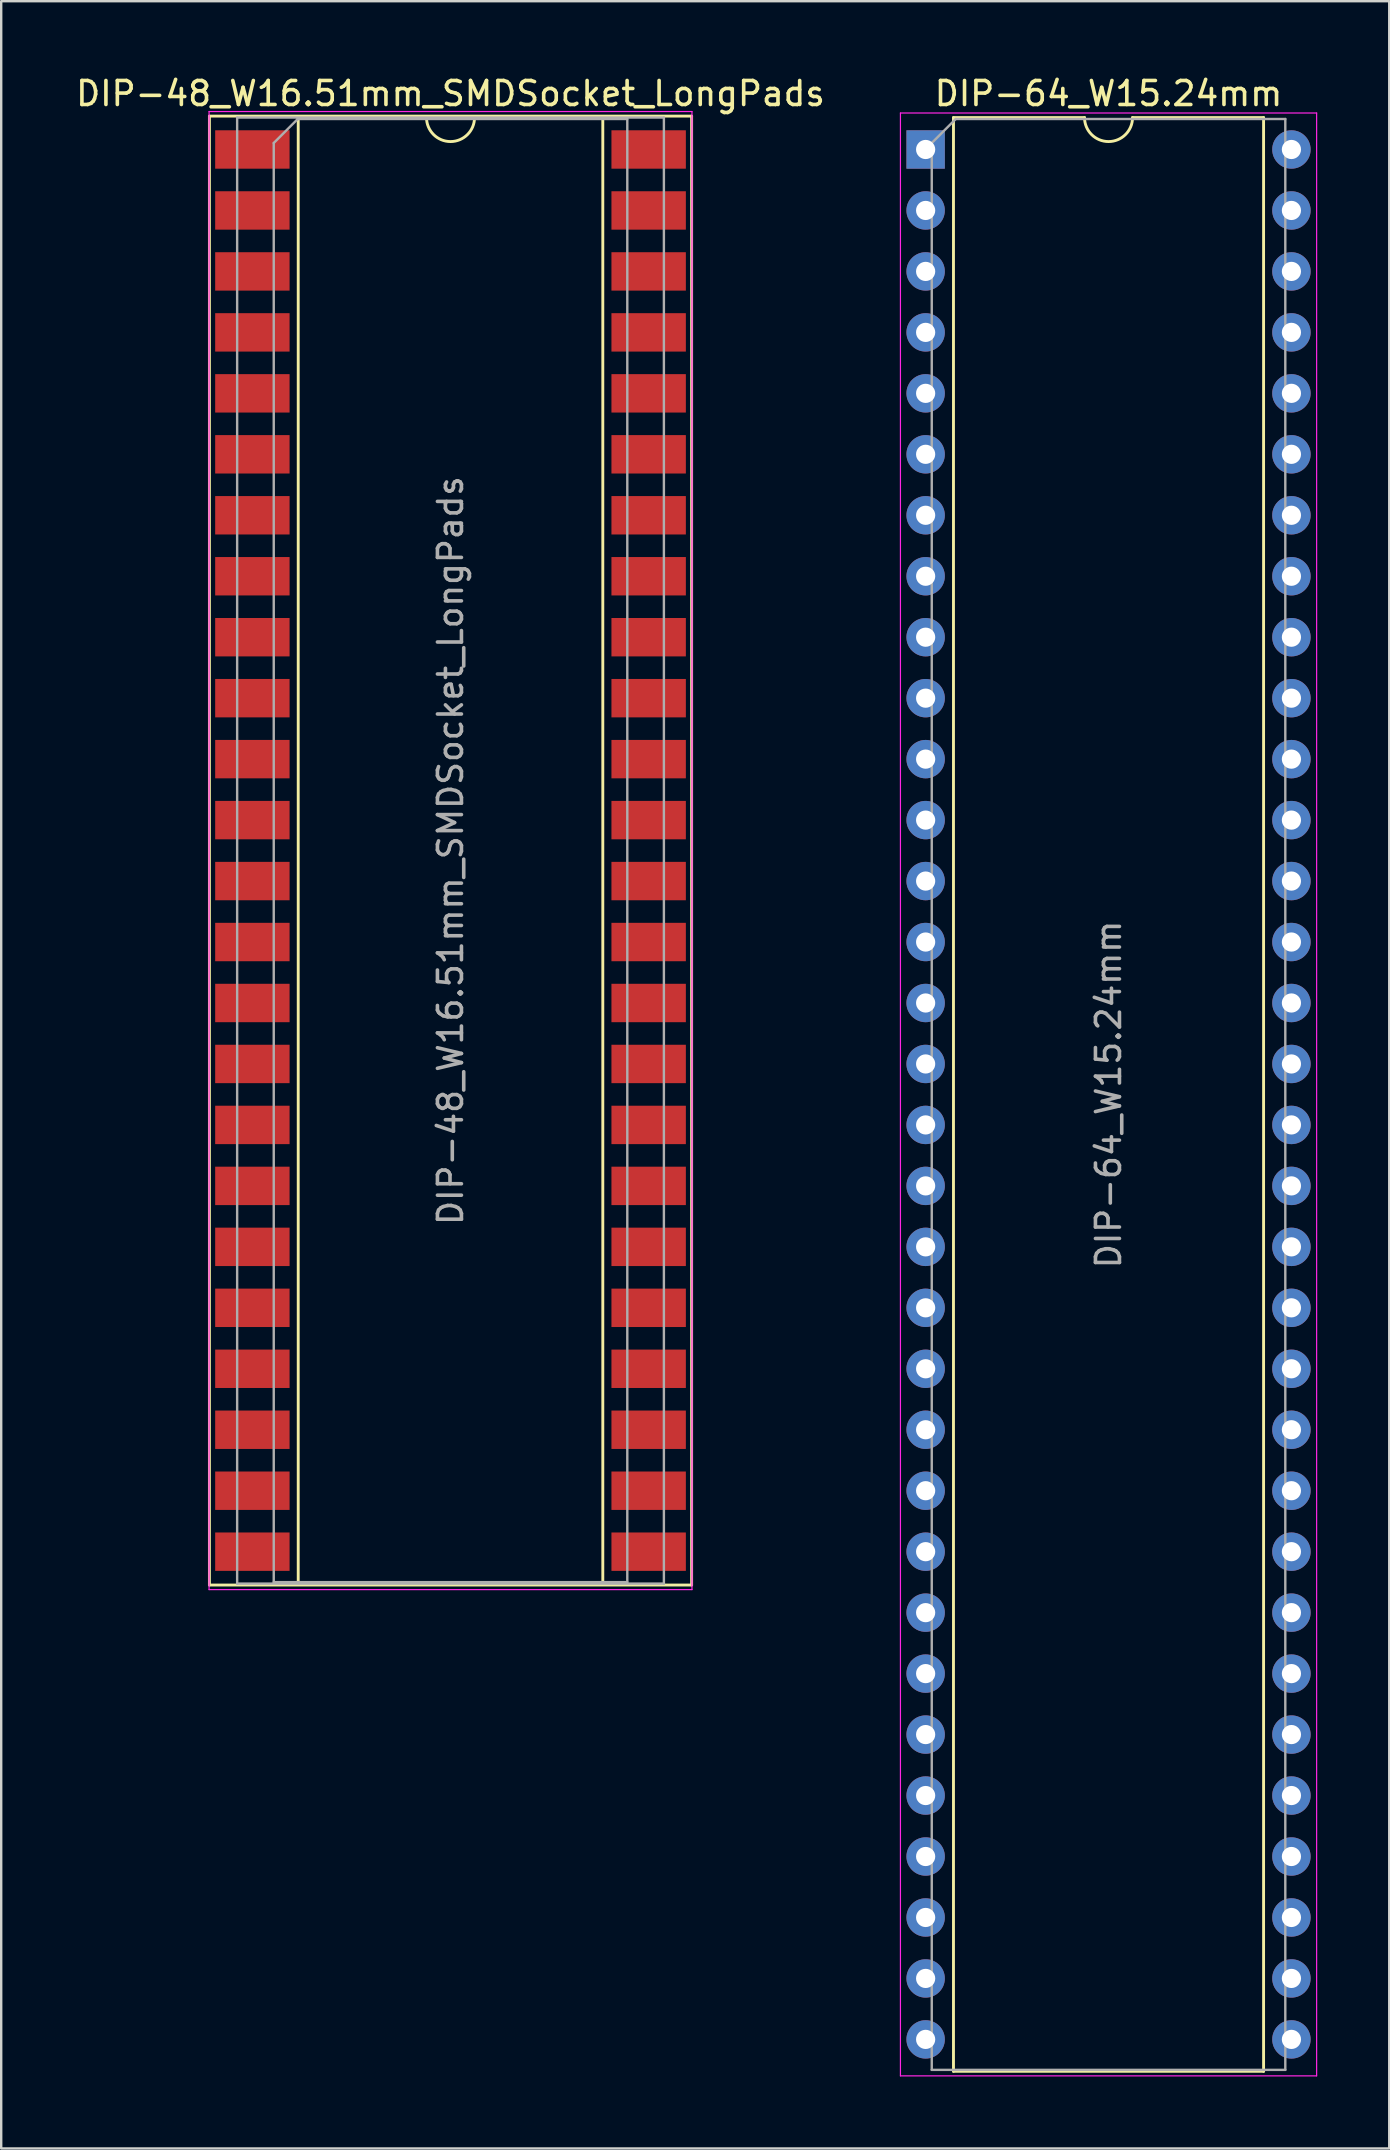
<source format=kicad_pcb>
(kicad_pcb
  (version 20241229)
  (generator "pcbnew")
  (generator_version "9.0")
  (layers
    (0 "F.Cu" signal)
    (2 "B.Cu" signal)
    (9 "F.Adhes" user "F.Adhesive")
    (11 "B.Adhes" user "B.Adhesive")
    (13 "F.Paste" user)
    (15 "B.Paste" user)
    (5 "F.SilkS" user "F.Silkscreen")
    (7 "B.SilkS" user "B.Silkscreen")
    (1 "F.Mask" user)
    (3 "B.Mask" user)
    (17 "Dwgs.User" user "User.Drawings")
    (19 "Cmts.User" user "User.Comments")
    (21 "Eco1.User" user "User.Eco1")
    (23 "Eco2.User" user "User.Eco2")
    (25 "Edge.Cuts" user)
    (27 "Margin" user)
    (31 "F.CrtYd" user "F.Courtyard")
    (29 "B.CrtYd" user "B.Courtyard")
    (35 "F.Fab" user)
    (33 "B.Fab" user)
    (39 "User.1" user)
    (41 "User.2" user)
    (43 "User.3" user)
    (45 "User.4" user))
  (footprint "DIP-64_W15.24mm"
    (layer "F.Cu")
    (at 35.515 3.178)
    (property "Reference" "DIP-64_W15.24mm" (at 7.62 -2.33 0) (layer "F.SilkS") (effects (font (size 1 1) (thickness 0.15))))
    (attr through_hole)
    (fp_line (start 1.16 -1.33) (end 1.16 80.07) (stroke (width 0.12) (type solid)) (layer "F.SilkS"))
    (fp_line (start 1.16 80.07) (end 14.08 80.07) (stroke (width 0.12) (type solid)) (layer "F.SilkS"))
    (fp_line (start 6.62 -1.33) (end 1.16 -1.33) (stroke (width 0.12) (type solid)) (layer "F.SilkS"))
    (fp_line (start 14.08 -1.33) (end 8.62 -1.33) (stroke (width 0.12) (type solid)) (layer "F.SilkS"))
    (fp_line (start 14.08 80.07) (end 14.08 -1.33) (stroke (width 0.12) (type solid)) (layer "F.SilkS"))
    (fp_arc (start 8.62 -1.33) (mid 7.62 -0.33) (end 6.62 -1.33) (stroke (width 0.12) (type solid)) (layer "F.SilkS"))
    (fp_line (start -1.05 -1.52) (end -1.05 80.26) (stroke (width 0.05) (type solid)) (layer "F.CrtYd"))
    (fp_line (start -1.05 80.26) (end 16.29 80.26) (stroke (width 0.05) (type solid)) (layer "F.CrtYd"))
    (fp_line (start 16.29 -1.52) (end -1.05 -1.52) (stroke (width 0.05) (type solid)) (layer "F.CrtYd"))
    (fp_line (start 16.29 80.26) (end 16.29 -1.52) (stroke (width 0.05) (type solid)) (layer "F.CrtYd"))
    (fp_line (start 0.255 -0.27) (end 1.255 -1.27) (stroke (width 0.1) (type solid)) (layer "F.Fab"))
    (fp_line (start 0.255 80.01) (end 0.255 -0.27) (stroke (width 0.1) (type solid)) (layer "F.Fab"))
    (fp_line (start 1.255 -1.27) (end 14.985 -1.27) (stroke (width 0.1) (type solid)) (layer "F.Fab"))
    (fp_line (start 14.985 -1.27) (end 14.985 80.01) (stroke (width 0.1) (type solid)) (layer "F.Fab"))
    (fp_line (start 14.985 80.01) (end 0.255 80.01) (stroke (width 0.1) (type solid)) (layer "F.Fab"))
    (fp_text user "${REFERENCE}" (at 7.62 39.37 90) (layer "F.Fab") (effects (font (size 1 1) (thickness 0.15))))
    (pad "1" thru_hole rect (at 0 0) (size 1.6 1.6) (drill 0.8) (layers "*.Cu" "*.Mask"))
    (pad "2" thru_hole circle (at 0 2.54) (size 1.6 1.6) (drill 0.8) (layers "*.Cu" "*.Mask"))
    (pad "3" thru_hole circle (at 0 5.08) (size 1.6 1.6) (drill 0.8) (layers "*.Cu" "*.Mask"))
    (pad "4" thru_hole circle (at 0 7.62) (size 1.6 1.6) (drill 0.8) (layers "*.Cu" "*.Mask"))
    (pad "5" thru_hole circle (at 0 10.16) (size 1.6 1.6) (drill 0.8) (layers "*.Cu" "*.Mask"))
    (pad "6" thru_hole circle (at 0 12.7) (size 1.6 1.6) (drill 0.8) (layers "*.Cu" "*.Mask"))
    (pad "7" thru_hole circle (at 0 15.24) (size 1.6 1.6) (drill 0.8) (layers "*.Cu" "*.Mask"))
    (pad "8" thru_hole circle (at 0 17.78) (size 1.6 1.6) (drill 0.8) (layers "*.Cu" "*.Mask"))
    (pad "9" thru_hole circle (at 0 20.32) (size 1.6 1.6) (drill 0.8) (layers "*.Cu" "*.Mask"))
    (pad "10" thru_hole circle (at 0 22.86) (size 1.6 1.6) (drill 0.8) (layers "*.Cu" "*.Mask"))
    (pad "11" thru_hole circle (at 0 25.4) (size 1.6 1.6) (drill 0.8) (layers "*.Cu" "*.Mask"))
    (pad "12" thru_hole circle (at 0 27.94) (size 1.6 1.6) (drill 0.8) (layers "*.Cu" "*.Mask"))
    (pad "13" thru_hole circle (at 0 30.48) (size 1.6 1.6) (drill 0.8) (layers "*.Cu" "*.Mask"))
    (pad "14" thru_hole circle (at 0 33.02) (size 1.6 1.6) (drill 0.8) (layers "*.Cu" "*.Mask"))
    (pad "15" thru_hole circle (at 0 35.56) (size 1.6 1.6) (drill 0.8) (layers "*.Cu" "*.Mask"))
    (pad "16" thru_hole circle (at 0 38.1) (size 1.6 1.6) (drill 0.8) (layers "*.Cu" "*.Mask"))
    (pad "17" thru_hole circle (at 0 40.64) (size 1.6 1.6) (drill 0.8) (layers "*.Cu" "*.Mask"))
    (pad "18" thru_hole circle (at 0 43.18) (size 1.6 1.6) (drill 0.8) (layers "*.Cu" "*.Mask"))
    (pad "19" thru_hole circle (at 0 45.72) (size 1.6 1.6) (drill 0.8) (layers "*.Cu" "*.Mask"))
    (pad "20" thru_hole circle (at 0 48.26) (size 1.6 1.6) (drill 0.8) (layers "*.Cu" "*.Mask"))
    (pad "21" thru_hole circle (at 0 50.8) (size 1.6 1.6) (drill 0.8) (layers "*.Cu" "*.Mask"))
    (pad "22" thru_hole circle (at 0 53.34) (size 1.6 1.6) (drill 0.8) (layers "*.Cu" "*.Mask"))
    (pad "23" thru_hole circle (at 0 55.88) (size 1.6 1.6) (drill 0.8) (layers "*.Cu" "*.Mask"))
    (pad "24" thru_hole circle (at 0 58.42) (size 1.6 1.6) (drill 0.8) (layers "*.Cu" "*.Mask"))
    (pad "25" thru_hole circle (at 0 60.96) (size 1.6 1.6) (drill 0.8) (layers "*.Cu" "*.Mask"))
    (pad "26" thru_hole circle (at 0 63.5) (size 1.6 1.6) (drill 0.8) (layers "*.Cu" "*.Mask"))
    (pad "27" thru_hole circle (at 0 66.04) (size 1.6 1.6) (drill 0.8) (layers "*.Cu" "*.Mask"))
    (pad "28" thru_hole circle (at 0 68.58) (size 1.6 1.6) (drill 0.8) (layers "*.Cu" "*.Mask"))
    (pad "29" thru_hole circle (at 0 71.12) (size 1.6 1.6) (drill 0.8) (layers "*.Cu" "*.Mask"))
    (pad "30" thru_hole circle (at 0 73.66) (size 1.6 1.6) (drill 0.8) (layers "*.Cu" "*.Mask"))
    (pad "31" thru_hole circle (at 0 76.2) (size 1.6 1.6) (drill 0.8) (layers "*.Cu" "*.Mask"))
    (pad "32" thru_hole circle (at 0 78.74) (size 1.6 1.6) (drill 0.8) (layers "*.Cu" "*.Mask"))
    (pad "33" thru_hole circle (at 15.24 78.74) (size 1.6 1.6) (drill 0.8) (layers "*.Cu" "*.Mask"))
    (pad "34" thru_hole circle (at 15.24 76.2) (size 1.6 1.6) (drill 0.8) (layers "*.Cu" "*.Mask"))
    (pad "35" thru_hole circle (at 15.24 73.66) (size 1.6 1.6) (drill 0.8) (layers "*.Cu" "*.Mask"))
    (pad "36" thru_hole circle (at 15.24 71.12) (size 1.6 1.6) (drill 0.8) (layers "*.Cu" "*.Mask"))
    (pad "37" thru_hole circle (at 15.24 68.58) (size 1.6 1.6) (drill 0.8) (layers "*.Cu" "*.Mask"))
    (pad "38" thru_hole circle (at 15.24 66.04) (size 1.6 1.6) (drill 0.8) (layers "*.Cu" "*.Mask"))
    (pad "39" thru_hole circle (at 15.24 63.5) (size 1.6 1.6) (drill 0.8) (layers "*.Cu" "*.Mask"))
    (pad "40" thru_hole circle (at 15.24 60.96) (size 1.6 1.6) (drill 0.8) (layers "*.Cu" "*.Mask"))
    (pad "41" thru_hole circle (at 15.24 58.42) (size 1.6 1.6) (drill 0.8) (layers "*.Cu" "*.Mask"))
    (pad "42" thru_hole circle (at 15.24 55.88) (size 1.6 1.6) (drill 0.8) (layers "*.Cu" "*.Mask"))
    (pad "43" thru_hole circle (at 15.24 53.34) (size 1.6 1.6) (drill 0.8) (layers "*.Cu" "*.Mask"))
    (pad "44" thru_hole circle (at 15.24 50.8) (size 1.6 1.6) (drill 0.8) (layers "*.Cu" "*.Mask"))
    (pad "45" thru_hole circle (at 15.24 48.26) (size 1.6 1.6) (drill 0.8) (layers "*.Cu" "*.Mask"))
    (pad "46" thru_hole circle (at 15.24 45.72) (size 1.6 1.6) (drill 0.8) (layers "*.Cu" "*.Mask"))
    (pad "47" thru_hole circle (at 15.24 43.18) (size 1.6 1.6) (drill 0.8) (layers "*.Cu" "*.Mask"))
    (pad "48" thru_hole circle (at 15.24 40.64) (size 1.6 1.6) (drill 0.8) (layers "*.Cu" "*.Mask"))
    (pad "49" thru_hole circle (at 15.24 38.1) (size 1.6 1.6) (drill 0.8) (layers "*.Cu" "*.Mask"))
    (pad "50" thru_hole circle (at 15.24 35.56) (size 1.6 1.6) (drill 0.8) (layers "*.Cu" "*.Mask"))
    (pad "51" thru_hole circle (at 15.24 33.02) (size 1.6 1.6) (drill 0.8) (layers "*.Cu" "*.Mask"))
    (pad "52" thru_hole circle (at 15.24 30.48) (size 1.6 1.6) (drill 0.8) (layers "*.Cu" "*.Mask"))
    (pad "53" thru_hole circle (at 15.24 27.94) (size 1.6 1.6) (drill 0.8) (layers "*.Cu" "*.Mask"))
    (pad "54" thru_hole circle (at 15.24 25.4) (size 1.6 1.6) (drill 0.8) (layers "*.Cu" "*.Mask"))
    (pad "55" thru_hole circle (at 15.24 22.86) (size 1.6 1.6) (drill 0.8) (layers "*.Cu" "*.Mask"))
    (pad "56" thru_hole circle (at 15.24 20.32) (size 1.6 1.6) (drill 0.8) (layers "*.Cu" "*.Mask"))
    (pad "57" thru_hole circle (at 15.24 17.78) (size 1.6 1.6) (drill 0.8) (layers "*.Cu" "*.Mask"))
    (pad "58" thru_hole circle (at 15.24 15.24) (size 1.6 1.6) (drill 0.8) (layers "*.Cu" "*.Mask"))
    (pad "59" thru_hole circle (at 15.24 12.7) (size 1.6 1.6) (drill 0.8) (layers "*.Cu" "*.Mask"))
    (pad "60" thru_hole circle (at 15.24 10.16) (size 1.6 1.6) (drill 0.8) (layers "*.Cu" "*.Mask"))
    (pad "61" thru_hole circle (at 15.24 7.62) (size 1.6 1.6) (drill 0.8) (layers "*.Cu" "*.Mask"))
    (pad "62" thru_hole circle (at 15.24 5.08) (size 1.6 1.6) (drill 0.8) (layers "*.Cu" "*.Mask"))
    (pad "63" thru_hole circle (at 15.24 2.54) (size 1.6 1.6) (drill 0.8) (layers "*.Cu" "*.Mask"))
    (pad "64" thru_hole circle (at 15.24 0) (size 1.6 1.6) (drill 0.8) (layers "*.Cu" "*.Mask")))
  (footprint "DIP-48_W16.51mm_SMDSocket_LongPads"
    (layer "F.Cu")
    (at 15.72 32.388)
    (property "Reference" "DIP-48_W16.51mm_SMDSocket_LongPads" (at 0 -31.54 0) (layer "F.SilkS") (effects (font (size 1 1) (thickness 0.15))))
    (attr smd)
    (fp_line (start -10.045 -30.6) (end -10.045 30.6) (stroke (width 0.12) (type solid)) (layer "F.SilkS"))
    (fp_line (start -10.045 30.6) (end 10.045 30.6) (stroke (width 0.12) (type solid)) (layer "F.SilkS"))
    (fp_line (start -6.345 -30.54) (end -6.345 30.54) (stroke (width 0.12) (type solid)) (layer "F.SilkS"))
    (fp_line (start -6.345 30.54) (end 6.345 30.54) (stroke (width 0.12) (type solid)) (layer "F.SilkS"))
    (fp_line (start -1 -30.54) (end -6.345 -30.54) (stroke (width 0.12) (type solid)) (layer "F.SilkS"))
    (fp_line (start 6.345 -30.54) (end 1 -30.54) (stroke (width 0.12) (type solid)) (layer "F.SilkS"))
    (fp_line (start 6.345 30.54) (end 6.345 -30.54) (stroke (width 0.12) (type solid)) (layer "F.SilkS"))
    (fp_line (start 10.045 -30.6) (end -10.045 -30.6) (stroke (width 0.12) (type solid)) (layer "F.SilkS"))
    (fp_line (start 10.045 30.6) (end 10.045 -30.6) (stroke (width 0.12) (type solid)) (layer "F.SilkS"))
    (fp_arc (start 1 -30.54) (mid 0 -29.54) (end -1 -30.54) (stroke (width 0.12) (type solid)) (layer "F.SilkS"))
    (fp_line (start -10.06 -30.79) (end -10.06 30.79) (stroke (width 0.05) (type solid)) (layer "F.CrtYd"))
    (fp_line (start -10.06 30.79) (end 10.06 30.79) (stroke (width 0.05) (type solid)) (layer "F.CrtYd"))
    (fp_line (start 10.06 -30.79) (end -10.06 -30.79) (stroke (width 0.05) (type solid)) (layer "F.CrtYd"))
    (fp_line (start 10.06 30.79) (end 10.06 -30.79) (stroke (width 0.05) (type solid)) (layer "F.CrtYd"))
    (fp_line (start -8.89 -30.54) (end -8.89 30.54) (stroke (width 0.1) (type solid)) (layer "F.Fab"))
    (fp_line (start -8.89 30.54) (end 8.89 30.54) (stroke (width 0.1) (type solid)) (layer "F.Fab"))
    (fp_line (start -7.365 -29.48) (end -6.365 -30.48) (stroke (width 0.1) (type solid)) (layer "F.Fab"))
    (fp_line (start -7.365 30.48) (end -7.365 -29.48) (stroke (width 0.1) (type solid)) (layer "F.Fab"))
    (fp_line (start -6.365 -30.48) (end 7.365 -30.48) (stroke (width 0.1) (type solid)) (layer "F.Fab"))
    (fp_line (start 7.365 -30.48) (end 7.365 30.48) (stroke (width 0.1) (type solid)) (layer "F.Fab"))
    (fp_line (start 7.365 30.48) (end -7.365 30.48) (stroke (width 0.1) (type solid)) (layer "F.Fab"))
    (fp_line (start 8.89 -30.54) (end -8.89 -30.54) (stroke (width 0.1) (type solid)) (layer "F.Fab"))
    (fp_line (start 8.89 30.54) (end 8.89 -30.54) (stroke (width 0.1) (type solid)) (layer "F.Fab"))
    (fp_text user "${REFERENCE}" (at 0 0 90) (layer "F.Fab") (effects (font (size 1 1) (thickness 0.15))))
    (pad "1" smd rect (at -8.255 -29.21) (size 3.1 1.6) (layers "F.Cu" "F.Mask" "F.Paste"))
    (pad "2" smd rect (at -8.255 -26.67) (size 3.1 1.6) (layers "F.Cu" "F.Mask" "F.Paste"))
    (pad "3" smd rect (at -8.255 -24.13) (size 3.1 1.6) (layers "F.Cu" "F.Mask" "F.Paste"))
    (pad "4" smd rect (at -8.255 -21.59) (size 3.1 1.6) (layers "F.Cu" "F.Mask" "F.Paste"))
    (pad "5" smd rect (at -8.255 -19.05) (size 3.1 1.6) (layers "F.Cu" "F.Mask" "F.Paste"))
    (pad "6" smd rect (at -8.255 -16.51) (size 3.1 1.6) (layers "F.Cu" "F.Mask" "F.Paste"))
    (pad "7" smd rect (at -8.255 -13.97) (size 3.1 1.6) (layers "F.Cu" "F.Mask" "F.Paste"))
    (pad "8" smd rect (at -8.255 -11.43) (size 3.1 1.6) (layers "F.Cu" "F.Mask" "F.Paste"))
    (pad "9" smd rect (at -8.255 -8.89) (size 3.1 1.6) (layers "F.Cu" "F.Mask" "F.Paste"))
    (pad "10" smd rect (at -8.255 -6.35) (size 3.1 1.6) (layers "F.Cu" "F.Mask" "F.Paste"))
    (pad "11" smd rect (at -8.255 -3.81) (size 3.1 1.6) (layers "F.Cu" "F.Mask" "F.Paste"))
    (pad "12" smd rect (at -8.255 -1.27) (size 3.1 1.6) (layers "F.Cu" "F.Mask" "F.Paste"))
    (pad "13" smd rect (at -8.255 1.27) (size 3.1 1.6) (layers "F.Cu" "F.Mask" "F.Paste"))
    (pad "14" smd rect (at -8.255 3.81) (size 3.1 1.6) (layers "F.Cu" "F.Mask" "F.Paste"))
    (pad "15" smd rect (at -8.255 6.35) (size 3.1 1.6) (layers "F.Cu" "F.Mask" "F.Paste"))
    (pad "16" smd rect (at -8.255 8.89) (size 3.1 1.6) (layers "F.Cu" "F.Mask" "F.Paste"))
    (pad "17" smd rect (at -8.255 11.43) (size 3.1 1.6) (layers "F.Cu" "F.Mask" "F.Paste"))
    (pad "18" smd rect (at -8.255 13.97) (size 3.1 1.6) (layers "F.Cu" "F.Mask" "F.Paste"))
    (pad "19" smd rect (at -8.255 16.51) (size 3.1 1.6) (layers "F.Cu" "F.Mask" "F.Paste"))
    (pad "20" smd rect (at -8.255 19.05) (size 3.1 1.6) (layers "F.Cu" "F.Mask" "F.Paste"))
    (pad "21" smd rect (at -8.255 21.59) (size 3.1 1.6) (layers "F.Cu" "F.Mask" "F.Paste"))
    (pad "22" smd rect (at -8.255 24.13) (size 3.1 1.6) (layers "F.Cu" "F.Mask" "F.Paste"))
    (pad "23" smd rect (at -8.255 26.67) (size 3.1 1.6) (layers "F.Cu" "F.Mask" "F.Paste"))
    (pad "24" smd rect (at -8.255 29.21) (size 3.1 1.6) (layers "F.Cu" "F.Mask" "F.Paste"))
    (pad "25" smd rect (at 8.255 29.21) (size 3.1 1.6) (layers "F.Cu" "F.Mask" "F.Paste"))
    (pad "26" smd rect (at 8.255 26.67) (size 3.1 1.6) (layers "F.Cu" "F.Mask" "F.Paste"))
    (pad "27" smd rect (at 8.255 24.13) (size 3.1 1.6) (layers "F.Cu" "F.Mask" "F.Paste"))
    (pad "28" smd rect (at 8.255 21.59) (size 3.1 1.6) (layers "F.Cu" "F.Mask" "F.Paste"))
    (pad "29" smd rect (at 8.255 19.05) (size 3.1 1.6) (layers "F.Cu" "F.Mask" "F.Paste"))
    (pad "30" smd rect (at 8.255 16.51) (size 3.1 1.6) (layers "F.Cu" "F.Mask" "F.Paste"))
    (pad "31" smd rect (at 8.255 13.97) (size 3.1 1.6) (layers "F.Cu" "F.Mask" "F.Paste"))
    (pad "32" smd rect (at 8.255 11.43) (size 3.1 1.6) (layers "F.Cu" "F.Mask" "F.Paste"))
    (pad "33" smd rect (at 8.255 8.89) (size 3.1 1.6) (layers "F.Cu" "F.Mask" "F.Paste"))
    (pad "34" smd rect (at 8.255 6.35) (size 3.1 1.6) (layers "F.Cu" "F.Mask" "F.Paste"))
    (pad "35" smd rect (at 8.255 3.81) (size 3.1 1.6) (layers "F.Cu" "F.Mask" "F.Paste"))
    (pad "36" smd rect (at 8.255 1.27) (size 3.1 1.6) (layers "F.Cu" "F.Mask" "F.Paste"))
    (pad "37" smd rect (at 8.255 -1.27) (size 3.1 1.6) (layers "F.Cu" "F.Mask" "F.Paste"))
    (pad "38" smd rect (at 8.255 -3.81) (size 3.1 1.6) (layers "F.Cu" "F.Mask" "F.Paste"))
    (pad "39" smd rect (at 8.255 -6.35) (size 3.1 1.6) (layers "F.Cu" "F.Mask" "F.Paste"))
    (pad "40" smd rect (at 8.255 -8.89) (size 3.1 1.6) (layers "F.Cu" "F.Mask" "F.Paste"))
    (pad "41" smd rect (at 8.255 -11.43) (size 3.1 1.6) (layers "F.Cu" "F.Mask" "F.Paste"))
    (pad "42" smd rect (at 8.255 -13.97) (size 3.1 1.6) (layers "F.Cu" "F.Mask" "F.Paste"))
    (pad "43" smd rect (at 8.255 -16.51) (size 3.1 1.6) (layers "F.Cu" "F.Mask" "F.Paste"))
    (pad "44" smd rect (at 8.255 -19.05) (size 3.1 1.6) (layers "F.Cu" "F.Mask" "F.Paste"))
    (pad "45" smd rect (at 8.255 -21.59) (size 3.1 1.6) (layers "F.Cu" "F.Mask" "F.Paste"))
    (pad "46" smd rect (at 8.255 -24.13) (size 3.1 1.6) (layers "F.Cu" "F.Mask" "F.Paste"))
    (pad "47" smd rect (at 8.255 -26.67) (size 3.1 1.6) (layers "F.Cu" "F.Mask" "F.Paste"))
    (pad "48" smd rect (at 8.255 -29.21) (size 3.1 1.6) (layers "F.Cu" "F.Mask" "F.Paste")))
  (gr_rect
    (start -3 -3)
    (end 54.83 86.463)
    (stroke (width 0.1) (type default))
    (fill no)
    (layer "Edge.Cuts")))
</source>
